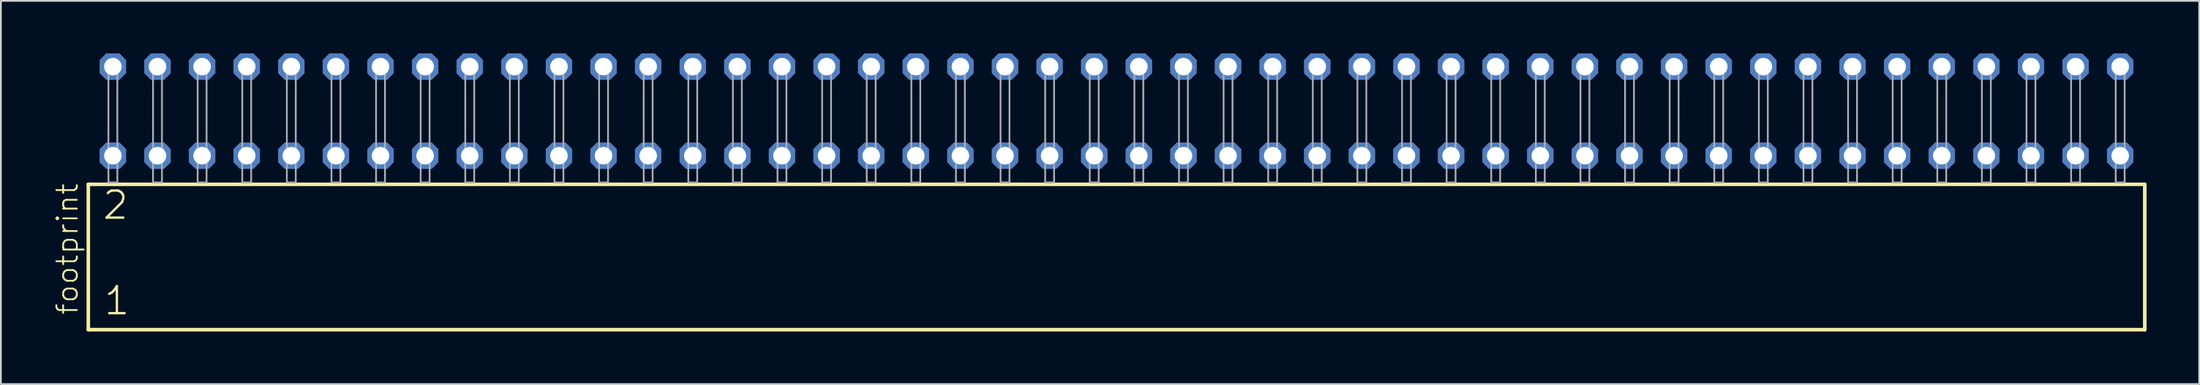
<source format=kicad_pcb>
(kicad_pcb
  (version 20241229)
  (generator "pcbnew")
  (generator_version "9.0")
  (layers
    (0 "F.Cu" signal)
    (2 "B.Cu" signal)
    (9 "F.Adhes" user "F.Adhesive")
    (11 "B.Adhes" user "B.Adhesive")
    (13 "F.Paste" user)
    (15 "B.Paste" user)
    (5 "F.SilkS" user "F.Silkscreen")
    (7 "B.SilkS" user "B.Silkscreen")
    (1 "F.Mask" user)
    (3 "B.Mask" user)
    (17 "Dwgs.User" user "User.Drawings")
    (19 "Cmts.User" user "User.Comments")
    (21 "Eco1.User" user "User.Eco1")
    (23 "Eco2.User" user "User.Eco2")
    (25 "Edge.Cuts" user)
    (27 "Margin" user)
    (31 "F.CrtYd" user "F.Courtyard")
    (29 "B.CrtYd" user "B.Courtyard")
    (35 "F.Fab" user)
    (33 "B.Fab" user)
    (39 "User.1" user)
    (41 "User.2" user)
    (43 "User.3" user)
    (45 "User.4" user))
  (footprint "footprint"
    (layer "F.Cu")
    (at 60.528 7.354)
    (property "Reference" "footprint" (at -59.055 7.62 90) (layer "F.SilkS") (effects (font (size 1.168 1.168) (thickness 0.102)) (justify left bottom)))
    (fp_line (start -58.549 0.106) (end -58.549 8.396) (stroke (width 0.203) (type solid)) (layer "F.SilkS"))
    (fp_line (start -58.549 8.396) (end 58.549 8.396) (stroke (width 0.203) (type solid)) (layer "F.SilkS"))
    (fp_line (start 58.549 0.106) (end -58.549 0.106) (stroke (width 0.203) (type solid)) (layer "F.SilkS"))
    (fp_line (start 58.549 8.396) (end 58.549 0.106) (stroke (width 0.203) (type solid)) (layer "F.SilkS"))
    (fp_poly (pts (xy -57.404 0) (xy -56.896 0) (xy -56.896 -6.858) (xy -57.404 -6.858)) (stroke (width 0.1) (type solid)) (fill no) (layer "F.Fab"))
    (fp_poly (pts (xy -54.864 0) (xy -54.356 0) (xy -54.356 -6.858) (xy -54.864 -6.858)) (stroke (width 0.1) (type solid)) (fill no) (layer "F.Fab"))
    (fp_poly (pts (xy -52.324 0) (xy -51.816 0) (xy -51.816 -6.858) (xy -52.324 -6.858)) (stroke (width 0.1) (type solid)) (fill no) (layer "F.Fab"))
    (fp_poly (pts (xy -49.784 0) (xy -49.276 0) (xy -49.276 -6.858) (xy -49.784 -6.858)) (stroke (width 0.1) (type solid)) (fill no) (layer "F.Fab"))
    (fp_poly (pts (xy -47.244 0) (xy -46.736 0) (xy -46.736 -6.858) (xy -47.244 -6.858)) (stroke (width 0.1) (type solid)) (fill no) (layer "F.Fab"))
    (fp_poly (pts (xy -44.704 0) (xy -44.196 0) (xy -44.196 -6.858) (xy -44.704 -6.858)) (stroke (width 0.1) (type solid)) (fill no) (layer "F.Fab"))
    (fp_poly (pts (xy -42.164 0) (xy -41.656 0) (xy -41.656 -6.858) (xy -42.164 -6.858)) (stroke (width 0.1) (type solid)) (fill no) (layer "F.Fab"))
    (fp_poly (pts (xy -39.624 0) (xy -39.116 0) (xy -39.116 -6.858) (xy -39.624 -6.858)) (stroke (width 0.1) (type solid)) (fill no) (layer "F.Fab"))
    (fp_poly (pts (xy -37.084 0) (xy -36.576 0) (xy -36.576 -6.858) (xy -37.084 -6.858)) (stroke (width 0.1) (type solid)) (fill no) (layer "F.Fab"))
    (fp_poly (pts (xy -34.544 0) (xy -34.036 0) (xy -34.036 -6.858) (xy -34.544 -6.858)) (stroke (width 0.1) (type solid)) (fill no) (layer "F.Fab"))
    (fp_poly (pts (xy -32.004 0) (xy -31.496 0) (xy -31.496 -6.858) (xy -32.004 -6.858)) (stroke (width 0.1) (type solid)) (fill no) (layer "F.Fab"))
    (fp_poly (pts (xy -29.464 0) (xy -28.956 0) (xy -28.956 -6.858) (xy -29.464 -6.858)) (stroke (width 0.1) (type solid)) (fill no) (layer "F.Fab"))
    (fp_poly (pts (xy -26.924 0) (xy -26.416 0) (xy -26.416 -6.858) (xy -26.924 -6.858)) (stroke (width 0.1) (type solid)) (fill no) (layer "F.Fab"))
    (fp_poly (pts (xy -24.384 0) (xy -23.876 0) (xy -23.876 -6.858) (xy -24.384 -6.858)) (stroke (width 0.1) (type solid)) (fill no) (layer "F.Fab"))
    (fp_poly (pts (xy -21.844 0) (xy -21.336 0) (xy -21.336 -6.858) (xy -21.844 -6.858)) (stroke (width 0.1) (type solid)) (fill no) (layer "F.Fab"))
    (fp_poly (pts (xy -19.304 0) (xy -18.796 0) (xy -18.796 -6.858) (xy -19.304 -6.858)) (stroke (width 0.1) (type solid)) (fill no) (layer "F.Fab"))
    (fp_poly (pts (xy -16.764 0) (xy -16.256 0) (xy -16.256 -6.858) (xy -16.764 -6.858)) (stroke (width 0.1) (type solid)) (fill no) (layer "F.Fab"))
    (fp_poly (pts (xy -14.224 0) (xy -13.716 0) (xy -13.716 -6.858) (xy -14.224 -6.858)) (stroke (width 0.1) (type solid)) (fill no) (layer "F.Fab"))
    (fp_poly (pts (xy -11.684 0) (xy -11.176 0) (xy -11.176 -6.858) (xy -11.684 -6.858)) (stroke (width 0.1) (type solid)) (fill no) (layer "F.Fab"))
    (fp_poly (pts (xy -9.144 0) (xy -8.636 0) (xy -8.636 -6.858) (xy -9.144 -6.858)) (stroke (width 0.1) (type solid)) (fill no) (layer "F.Fab"))
    (fp_poly (pts (xy -6.604 0) (xy -6.096 0) (xy -6.096 -6.858) (xy -6.604 -6.858)) (stroke (width 0.1) (type solid)) (fill no) (layer "F.Fab"))
    (fp_poly (pts (xy -4.064 0) (xy -3.556 0) (xy -3.556 -6.858) (xy -4.064 -6.858)) (stroke (width 0.1) (type solid)) (fill no) (layer "F.Fab"))
    (fp_poly (pts (xy -1.524 0) (xy -1.016 0) (xy -1.016 -6.858) (xy -1.524 -6.858)) (stroke (width 0.1) (type solid)) (fill no) (layer "F.Fab"))
    (fp_poly (pts (xy 1.016 0) (xy 1.524 0) (xy 1.524 -6.858) (xy 1.016 -6.858)) (stroke (width 0.1) (type solid)) (fill no) (layer "F.Fab"))
    (fp_poly (pts (xy 3.556 0) (xy 4.064 0) (xy 4.064 -6.858) (xy 3.556 -6.858)) (stroke (width 0.1) (type solid)) (fill no) (layer "F.Fab"))
    (fp_poly (pts (xy 6.096 0) (xy 6.604 0) (xy 6.604 -6.858) (xy 6.096 -6.858)) (stroke (width 0.1) (type solid)) (fill no) (layer "F.Fab"))
    (fp_poly (pts (xy 8.636 0) (xy 9.144 0) (xy 9.144 -6.858) (xy 8.636 -6.858)) (stroke (width 0.1) (type solid)) (fill no) (layer "F.Fab"))
    (fp_poly (pts (xy 11.176 0) (xy 11.684 0) (xy 11.684 -6.858) (xy 11.176 -6.858)) (stroke (width 0.1) (type solid)) (fill no) (layer "F.Fab"))
    (fp_poly (pts (xy 13.716 0) (xy 14.224 0) (xy 14.224 -6.858) (xy 13.716 -6.858)) (stroke (width 0.1) (type solid)) (fill no) (layer "F.Fab"))
    (fp_poly (pts (xy 16.256 0) (xy 16.764 0) (xy 16.764 -6.858) (xy 16.256 -6.858)) (stroke (width 0.1) (type solid)) (fill no) (layer "F.Fab"))
    (fp_poly (pts (xy 18.796 0) (xy 19.304 0) (xy 19.304 -6.858) (xy 18.796 -6.858)) (stroke (width 0.1) (type solid)) (fill no) (layer "F.Fab"))
    (fp_poly (pts (xy 21.336 0) (xy 21.844 0) (xy 21.844 -6.858) (xy 21.336 -6.858)) (stroke (width 0.1) (type solid)) (fill no) (layer "F.Fab"))
    (fp_poly (pts (xy 23.876 0) (xy 24.384 0) (xy 24.384 -6.858) (xy 23.876 -6.858)) (stroke (width 0.1) (type solid)) (fill no) (layer "F.Fab"))
    (fp_poly (pts (xy 26.416 0) (xy 26.924 0) (xy 26.924 -6.858) (xy 26.416 -6.858)) (stroke (width 0.1) (type solid)) (fill no) (layer "F.Fab"))
    (fp_poly (pts (xy 28.956 0) (xy 29.464 0) (xy 29.464 -6.858) (xy 28.956 -6.858)) (stroke (width 0.1) (type solid)) (fill no) (layer "F.Fab"))
    (fp_poly (pts (xy 31.496 0) (xy 32.004 0) (xy 32.004 -6.858) (xy 31.496 -6.858)) (stroke (width 0.1) (type solid)) (fill no) (layer "F.Fab"))
    (fp_poly (pts (xy 34.036 0) (xy 34.544 0) (xy 34.544 -6.858) (xy 34.036 -6.858)) (stroke (width 0.1) (type solid)) (fill no) (layer "F.Fab"))
    (fp_poly (pts (xy 36.576 0) (xy 37.084 0) (xy 37.084 -6.858) (xy 36.576 -6.858)) (stroke (width 0.1) (type solid)) (fill no) (layer "F.Fab"))
    (fp_poly (pts (xy 39.116 0) (xy 39.624 0) (xy 39.624 -6.858) (xy 39.116 -6.858)) (stroke (width 0.1) (type solid)) (fill no) (layer "F.Fab"))
    (fp_poly (pts (xy 41.656 0) (xy 42.164 0) (xy 42.164 -6.858) (xy 41.656 -6.858)) (stroke (width 0.1) (type solid)) (fill no) (layer "F.Fab"))
    (fp_poly (pts (xy 44.196 0) (xy 44.704 0) (xy 44.704 -6.858) (xy 44.196 -6.858)) (stroke (width 0.1) (type solid)) (fill no) (layer "F.Fab"))
    (fp_poly (pts (xy 46.736 0) (xy 47.244 0) (xy 47.244 -6.858) (xy 46.736 -6.858)) (stroke (width 0.1) (type solid)) (fill no) (layer "F.Fab"))
    (fp_poly (pts (xy 49.276 0) (xy 49.784 0) (xy 49.784 -6.858) (xy 49.276 -6.858)) (stroke (width 0.1) (type solid)) (fill no) (layer "F.Fab"))
    (fp_poly (pts (xy 51.816 0) (xy 52.324 0) (xy 52.324 -6.858) (xy 51.816 -6.858)) (stroke (width 0.1) (type solid)) (fill no) (layer "F.Fab"))
    (fp_poly (pts (xy 54.356 0) (xy 54.864 0) (xy 54.864 -6.858) (xy 54.356 -6.858)) (stroke (width 0.1) (type solid)) (fill no) (layer "F.Fab"))
    (fp_poly (pts (xy 56.896 0) (xy 57.404 0) (xy 57.404 -6.858) (xy 56.896 -6.858)) (stroke (width 0.1) (type solid)) (fill no) (layer "F.Fab"))
    (fp_text user "1" (at -57.745 7.65 0) (layer "F.SilkS") (effects (font (size 1.542 1.542) (thickness 0.134)) (justify left bottom)))
    (fp_text user "2" (at -57.82 2.2 0) (layer "F.SilkS") (effects (font (size 1.542 1.542) (thickness 0.134)) (justify left bottom)))
    (pad "1" thru_hole roundrect (at -57.15 -1.524) (size 1.5 1.5) (drill 1) (layers "*.Cu" "*.Mask") (roundrect_rratio 0.25) (chamfer_ratio 0.25) (chamfer top_left top_right bottom_left bottom_right))
    (pad "2" thru_hole roundrect (at -57.15 -6.604) (size 1.5 1.5) (drill 1) (layers "*.Cu" "*.Mask") (roundrect_rratio 0.25) (chamfer_ratio 0.25) (chamfer top_left top_right bottom_left bottom_right))
    (pad "3" thru_hole roundrect (at -54.61 -1.524) (size 1.5 1.5) (drill 1) (layers "*.Cu" "*.Mask") (roundrect_rratio 0.25) (chamfer_ratio 0.25) (chamfer top_left top_right bottom_left bottom_right))
    (pad "4" thru_hole roundrect (at -54.61 -6.604) (size 1.5 1.5) (drill 1) (layers "*.Cu" "*.Mask") (roundrect_rratio 0.25) (chamfer_ratio 0.25) (chamfer top_left top_right bottom_left bottom_right))
    (pad "5" thru_hole roundrect (at -52.07 -1.524) (size 1.5 1.5) (drill 1) (layers "*.Cu" "*.Mask") (roundrect_rratio 0.25) (chamfer_ratio 0.25) (chamfer top_left top_right bottom_left bottom_right))
    (pad "6" thru_hole roundrect (at -52.07 -6.604) (size 1.5 1.5) (drill 1) (layers "*.Cu" "*.Mask") (roundrect_rratio 0.25) (chamfer_ratio 0.25) (chamfer top_left top_right bottom_left bottom_right))
    (pad "7" thru_hole roundrect (at -49.53 -1.524) (size 1.5 1.5) (drill 1) (layers "*.Cu" "*.Mask") (roundrect_rratio 0.25) (chamfer_ratio 0.25) (chamfer top_left top_right bottom_left bottom_right))
    (pad "8" thru_hole roundrect (at -49.53 -6.604) (size 1.5 1.5) (drill 1) (layers "*.Cu" "*.Mask") (roundrect_rratio 0.25) (chamfer_ratio 0.25) (chamfer top_left top_right bottom_left bottom_right))
    (pad "9" thru_hole roundrect (at -46.99 -1.524) (size 1.5 1.5) (drill 1) (layers "*.Cu" "*.Mask") (roundrect_rratio 0.25) (chamfer_ratio 0.25) (chamfer top_left top_right bottom_left bottom_right))
    (pad "10" thru_hole roundrect (at -46.99 -6.604) (size 1.5 1.5) (drill 1) (layers "*.Cu" "*.Mask") (roundrect_rratio 0.25) (chamfer_ratio 0.25) (chamfer top_left top_right bottom_left bottom_right))
    (pad "11" thru_hole roundrect (at -44.45 -1.524) (size 1.5 1.5) (drill 1) (layers "*.Cu" "*.Mask") (roundrect_rratio 0.25) (chamfer_ratio 0.25) (chamfer top_left top_right bottom_left bottom_right))
    (pad "12" thru_hole roundrect (at -44.45 -6.604) (size 1.5 1.5) (drill 1) (layers "*.Cu" "*.Mask") (roundrect_rratio 0.25) (chamfer_ratio 0.25) (chamfer top_left top_right bottom_left bottom_right))
    (pad "13" thru_hole roundrect (at -41.91 -1.524) (size 1.5 1.5) (drill 1) (layers "*.Cu" "*.Mask") (roundrect_rratio 0.25) (chamfer_ratio 0.25) (chamfer top_left top_right bottom_left bottom_right))
    (pad "14" thru_hole roundrect (at -41.91 -6.604) (size 1.5 1.5) (drill 1) (layers "*.Cu" "*.Mask") (roundrect_rratio 0.25) (chamfer_ratio 0.25) (chamfer top_left top_right bottom_left bottom_right))
    (pad "15" thru_hole roundrect (at -39.37 -1.524) (size 1.5 1.5) (drill 1) (layers "*.Cu" "*.Mask") (roundrect_rratio 0.25) (chamfer_ratio 0.25) (chamfer top_left top_right bottom_left bottom_right))
    (pad "16" thru_hole roundrect (at -39.37 -6.604) (size 1.5 1.5) (drill 1) (layers "*.Cu" "*.Mask") (roundrect_rratio 0.25) (chamfer_ratio 0.25) (chamfer top_left top_right bottom_left bottom_right))
    (pad "17" thru_hole roundrect (at -36.83 -1.524) (size 1.5 1.5) (drill 1) (layers "*.Cu" "*.Mask") (roundrect_rratio 0.25) (chamfer_ratio 0.25) (chamfer top_left top_right bottom_left bottom_right))
    (pad "18" thru_hole roundrect (at -36.83 -6.604) (size 1.5 1.5) (drill 1) (layers "*.Cu" "*.Mask") (roundrect_rratio 0.25) (chamfer_ratio 0.25) (chamfer top_left top_right bottom_left bottom_right))
    (pad "19" thru_hole roundrect (at -34.29 -1.524) (size 1.5 1.5) (drill 1) (layers "*.Cu" "*.Mask") (roundrect_rratio 0.25) (chamfer_ratio 0.25) (chamfer top_left top_right bottom_left bottom_right))
    (pad "20" thru_hole roundrect (at -34.29 -6.604) (size 1.5 1.5) (drill 1) (layers "*.Cu" "*.Mask") (roundrect_rratio 0.25) (chamfer_ratio 0.25) (chamfer top_left top_right bottom_left bottom_right))
    (pad "21" thru_hole roundrect (at -31.75 -1.524) (size 1.5 1.5) (drill 1) (layers "*.Cu" "*.Mask") (roundrect_rratio 0.25) (chamfer_ratio 0.25) (chamfer top_left top_right bottom_left bottom_right))
    (pad "22" thru_hole roundrect (at -31.75 -6.604) (size 1.5 1.5) (drill 1) (layers "*.Cu" "*.Mask") (roundrect_rratio 0.25) (chamfer_ratio 0.25) (chamfer top_left top_right bottom_left bottom_right))
    (pad "23" thru_hole roundrect (at -29.21 -1.524) (size 1.5 1.5) (drill 1) (layers "*.Cu" "*.Mask") (roundrect_rratio 0.25) (chamfer_ratio 0.25) (chamfer top_left top_right bottom_left bottom_right))
    (pad "24" thru_hole roundrect (at -29.21 -6.604) (size 1.5 1.5) (drill 1) (layers "*.Cu" "*.Mask") (roundrect_rratio 0.25) (chamfer_ratio 0.25) (chamfer top_left top_right bottom_left bottom_right))
    (pad "25" thru_hole roundrect (at -26.67 -1.524) (size 1.5 1.5) (drill 1) (layers "*.Cu" "*.Mask") (roundrect_rratio 0.25) (chamfer_ratio 0.25) (chamfer top_left top_right bottom_left bottom_right))
    (pad "26" thru_hole roundrect (at -26.67 -6.604) (size 1.5 1.5) (drill 1) (layers "*.Cu" "*.Mask") (roundrect_rratio 0.25) (chamfer_ratio 0.25) (chamfer top_left top_right bottom_left bottom_right))
    (pad "27" thru_hole roundrect (at -24.13 -1.524) (size 1.5 1.5) (drill 1) (layers "*.Cu" "*.Mask") (roundrect_rratio 0.25) (chamfer_ratio 0.25) (chamfer top_left top_right bottom_left bottom_right))
    (pad "28" thru_hole roundrect (at -24.13 -6.604) (size 1.5 1.5) (drill 1) (layers "*.Cu" "*.Mask") (roundrect_rratio 0.25) (chamfer_ratio 0.25) (chamfer top_left top_right bottom_left bottom_right))
    (pad "29" thru_hole roundrect (at -21.59 -1.524) (size 1.5 1.5) (drill 1) (layers "*.Cu" "*.Mask") (roundrect_rratio 0.25) (chamfer_ratio 0.25) (chamfer top_left top_right bottom_left bottom_right))
    (pad "30" thru_hole roundrect (at -21.59 -6.604) (size 1.5 1.5) (drill 1) (layers "*.Cu" "*.Mask") (roundrect_rratio 0.25) (chamfer_ratio 0.25) (chamfer top_left top_right bottom_left bottom_right))
    (pad "31" thru_hole roundrect (at -19.05 -1.524) (size 1.5 1.5) (drill 1) (layers "*.Cu" "*.Mask") (roundrect_rratio 0.25) (chamfer_ratio 0.25) (chamfer top_left top_right bottom_left bottom_right))
    (pad "32" thru_hole roundrect (at -19.05 -6.604) (size 1.5 1.5) (drill 1) (layers "*.Cu" "*.Mask") (roundrect_rratio 0.25) (chamfer_ratio 0.25) (chamfer top_left top_right bottom_left bottom_right))
    (pad "33" thru_hole roundrect (at -16.51 -1.524) (size 1.5 1.5) (drill 1) (layers "*.Cu" "*.Mask") (roundrect_rratio 0.25) (chamfer_ratio 0.25) (chamfer top_left top_right bottom_left bottom_right))
    (pad "34" thru_hole roundrect (at -16.51 -6.604) (size 1.5 1.5) (drill 1) (layers "*.Cu" "*.Mask") (roundrect_rratio 0.25) (chamfer_ratio 0.25) (chamfer top_left top_right bottom_left bottom_right))
    (pad "35" thru_hole roundrect (at -13.97 -1.524) (size 1.5 1.5) (drill 1) (layers "*.Cu" "*.Mask") (roundrect_rratio 0.25) (chamfer_ratio 0.25) (chamfer top_left top_right bottom_left bottom_right))
    (pad "36" thru_hole roundrect (at -13.97 -6.604) (size 1.5 1.5) (drill 1) (layers "*.Cu" "*.Mask") (roundrect_rratio 0.25) (chamfer_ratio 0.25) (chamfer top_left top_right bottom_left bottom_right))
    (pad "37" thru_hole roundrect (at -11.43 -1.524) (size 1.5 1.5) (drill 1) (layers "*.Cu" "*.Mask") (roundrect_rratio 0.25) (chamfer_ratio 0.25) (chamfer top_left top_right bottom_left bottom_right))
    (pad "38" thru_hole roundrect (at -11.43 -6.604) (size 1.5 1.5) (drill 1) (layers "*.Cu" "*.Mask") (roundrect_rratio 0.25) (chamfer_ratio 0.25) (chamfer top_left top_right bottom_left bottom_right))
    (pad "39" thru_hole roundrect (at -8.89 -1.524) (size 1.5 1.5) (drill 1) (layers "*.Cu" "*.Mask") (roundrect_rratio 0.25) (chamfer_ratio 0.25) (chamfer top_left top_right bottom_left bottom_right))
    (pad "40" thru_hole roundrect (at -8.89 -6.604) (size 1.5 1.5) (drill 1) (layers "*.Cu" "*.Mask") (roundrect_rratio 0.25) (chamfer_ratio 0.25) (chamfer top_left top_right bottom_left bottom_right))
    (pad "41" thru_hole roundrect (at -6.35 -1.524) (size 1.5 1.5) (drill 1) (layers "*.Cu" "*.Mask") (roundrect_rratio 0.25) (chamfer_ratio 0.25) (chamfer top_left top_right bottom_left bottom_right))
    (pad "42" thru_hole roundrect (at -6.35 -6.604) (size 1.5 1.5) (drill 1) (layers "*.Cu" "*.Mask") (roundrect_rratio 0.25) (chamfer_ratio 0.25) (chamfer top_left top_right bottom_left bottom_right))
    (pad "43" thru_hole roundrect (at -3.81 -1.524) (size 1.5 1.5) (drill 1) (layers "*.Cu" "*.Mask") (roundrect_rratio 0.25) (chamfer_ratio 0.25) (chamfer top_left top_right bottom_left bottom_right))
    (pad "44" thru_hole roundrect (at -3.81 -6.604) (size 1.5 1.5) (drill 1) (layers "*.Cu" "*.Mask") (roundrect_rratio 0.25) (chamfer_ratio 0.25) (chamfer top_left top_right bottom_left bottom_right))
    (pad "45" thru_hole roundrect (at -1.27 -1.524) (size 1.5 1.5) (drill 1) (layers "*.Cu" "*.Mask") (roundrect_rratio 0.25) (chamfer_ratio 0.25) (chamfer top_left top_right bottom_left bottom_right))
    (pad "46" thru_hole roundrect (at -1.27 -6.604) (size 1.5 1.5) (drill 1) (layers "*.Cu" "*.Mask") (roundrect_rratio 0.25) (chamfer_ratio 0.25) (chamfer top_left top_right bottom_left bottom_right))
    (pad "47" thru_hole roundrect (at 1.27 -1.524) (size 1.5 1.5) (drill 1) (layers "*.Cu" "*.Mask") (roundrect_rratio 0.25) (chamfer_ratio 0.25) (chamfer top_left top_right bottom_left bottom_right))
    (pad "48" thru_hole roundrect (at 1.27 -6.604) (size 1.5 1.5) (drill 1) (layers "*.Cu" "*.Mask") (roundrect_rratio 0.25) (chamfer_ratio 0.25) (chamfer top_left top_right bottom_left bottom_right))
    (pad "49" thru_hole roundrect (at 3.81 -1.524) (size 1.5 1.5) (drill 1) (layers "*.Cu" "*.Mask") (roundrect_rratio 0.25) (chamfer_ratio 0.25) (chamfer top_left top_right bottom_left bottom_right))
    (pad "50" thru_hole roundrect (at 3.81 -6.604) (size 1.5 1.5) (drill 1) (layers "*.Cu" "*.Mask") (roundrect_rratio 0.25) (chamfer_ratio 0.25) (chamfer top_left top_right bottom_left bottom_right))
    (pad "51" thru_hole roundrect (at 6.35 -1.524) (size 1.5 1.5) (drill 1) (layers "*.Cu" "*.Mask") (roundrect_rratio 0.25) (chamfer_ratio 0.25) (chamfer top_left top_right bottom_left bottom_right))
    (pad "52" thru_hole roundrect (at 6.35 -6.604) (size 1.5 1.5) (drill 1) (layers "*.Cu" "*.Mask") (roundrect_rratio 0.25) (chamfer_ratio 0.25) (chamfer top_left top_right bottom_left bottom_right))
    (pad "53" thru_hole roundrect (at 8.89 -1.524) (size 1.5 1.5) (drill 1) (layers "*.Cu" "*.Mask") (roundrect_rratio 0.25) (chamfer_ratio 0.25) (chamfer top_left top_right bottom_left bottom_right))
    (pad "54" thru_hole roundrect (at 8.89 -6.604) (size 1.5 1.5) (drill 1) (layers "*.Cu" "*.Mask") (roundrect_rratio 0.25) (chamfer_ratio 0.25) (chamfer top_left top_right bottom_left bottom_right))
    (pad "55" thru_hole roundrect (at 11.43 -1.524) (size 1.5 1.5) (drill 1) (layers "*.Cu" "*.Mask") (roundrect_rratio 0.25) (chamfer_ratio 0.25) (chamfer top_left top_right bottom_left bottom_right))
    (pad "56" thru_hole roundrect (at 11.43 -6.604) (size 1.5 1.5) (drill 1) (layers "*.Cu" "*.Mask") (roundrect_rratio 0.25) (chamfer_ratio 0.25) (chamfer top_left top_right bottom_left bottom_right))
    (pad "57" thru_hole roundrect (at 13.97 -1.524) (size 1.5 1.5) (drill 1) (layers "*.Cu" "*.Mask") (roundrect_rratio 0.25) (chamfer_ratio 0.25) (chamfer top_left top_right bottom_left bottom_right))
    (pad "58" thru_hole roundrect (at 13.97 -6.604) (size 1.5 1.5) (drill 1) (layers "*.Cu" "*.Mask") (roundrect_rratio 0.25) (chamfer_ratio 0.25) (chamfer top_left top_right bottom_left bottom_right))
    (pad "59" thru_hole roundrect (at 16.51 -1.524) (size 1.5 1.5) (drill 1) (layers "*.Cu" "*.Mask") (roundrect_rratio 0.25) (chamfer_ratio 0.25) (chamfer top_left top_right bottom_left bottom_right))
    (pad "60" thru_hole roundrect (at 16.51 -6.604) (size 1.5 1.5) (drill 1) (layers "*.Cu" "*.Mask") (roundrect_rratio 0.25) (chamfer_ratio 0.25) (chamfer top_left top_right bottom_left bottom_right))
    (pad "61" thru_hole roundrect (at 19.05 -1.524) (size 1.5 1.5) (drill 1) (layers "*.Cu" "*.Mask") (roundrect_rratio 0.25) (chamfer_ratio 0.25) (chamfer top_left top_right bottom_left bottom_right))
    (pad "62" thru_hole roundrect (at 19.05 -6.604) (size 1.5 1.5) (drill 1) (layers "*.Cu" "*.Mask") (roundrect_rratio 0.25) (chamfer_ratio 0.25) (chamfer top_left top_right bottom_left bottom_right))
    (pad "63" thru_hole roundrect (at 21.59 -1.524) (size 1.5 1.5) (drill 1) (layers "*.Cu" "*.Mask") (roundrect_rratio 0.25) (chamfer_ratio 0.25) (chamfer top_left top_right bottom_left bottom_right))
    (pad "64" thru_hole roundrect (at 21.59 -6.604) (size 1.5 1.5) (drill 1) (layers "*.Cu" "*.Mask") (roundrect_rratio 0.25) (chamfer_ratio 0.25) (chamfer top_left top_right bottom_left bottom_right))
    (pad "65" thru_hole roundrect (at 24.13 -1.524) (size 1.5 1.5) (drill 1) (layers "*.Cu" "*.Mask") (roundrect_rratio 0.25) (chamfer_ratio 0.25) (chamfer top_left top_right bottom_left bottom_right))
    (pad "66" thru_hole roundrect (at 24.13 -6.604) (size 1.5 1.5) (drill 1) (layers "*.Cu" "*.Mask") (roundrect_rratio 0.25) (chamfer_ratio 0.25) (chamfer top_left top_right bottom_left bottom_right))
    (pad "67" thru_hole roundrect (at 26.67 -1.524) (size 1.5 1.5) (drill 1) (layers "*.Cu" "*.Mask") (roundrect_rratio 0.25) (chamfer_ratio 0.25) (chamfer top_left top_right bottom_left bottom_right))
    (pad "68" thru_hole roundrect (at 26.67 -6.604) (size 1.5 1.5) (drill 1) (layers "*.Cu" "*.Mask") (roundrect_rratio 0.25) (chamfer_ratio 0.25) (chamfer top_left top_right bottom_left bottom_right))
    (pad "69" thru_hole roundrect (at 29.21 -1.524) (size 1.5 1.5) (drill 1) (layers "*.Cu" "*.Mask") (roundrect_rratio 0.25) (chamfer_ratio 0.25) (chamfer top_left top_right bottom_left bottom_right))
    (pad "70" thru_hole roundrect (at 29.21 -6.604) (size 1.5 1.5) (drill 1) (layers "*.Cu" "*.Mask") (roundrect_rratio 0.25) (chamfer_ratio 0.25) (chamfer top_left top_right bottom_left bottom_right))
    (pad "71" thru_hole roundrect (at 31.75 -1.524) (size 1.5 1.5) (drill 1) (layers "*.Cu" "*.Mask") (roundrect_rratio 0.25) (chamfer_ratio 0.25) (chamfer top_left top_right bottom_left bottom_right))
    (pad "72" thru_hole roundrect (at 31.75 -6.604) (size 1.5 1.5) (drill 1) (layers "*.Cu" "*.Mask") (roundrect_rratio 0.25) (chamfer_ratio 0.25) (chamfer top_left top_right bottom_left bottom_right))
    (pad "73" thru_hole roundrect (at 34.29 -1.524) (size 1.5 1.5) (drill 1) (layers "*.Cu" "*.Mask") (roundrect_rratio 0.25) (chamfer_ratio 0.25) (chamfer top_left top_right bottom_left bottom_right))
    (pad "74" thru_hole roundrect (at 34.29 -6.604) (size 1.5 1.5) (drill 1) (layers "*.Cu" "*.Mask") (roundrect_rratio 0.25) (chamfer_ratio 0.25) (chamfer top_left top_right bottom_left bottom_right))
    (pad "75" thru_hole roundrect (at 36.83 -1.524) (size 1.5 1.5) (drill 1) (layers "*.Cu" "*.Mask") (roundrect_rratio 0.25) (chamfer_ratio 0.25) (chamfer top_left top_right bottom_left bottom_right))
    (pad "76" thru_hole roundrect (at 36.83 -6.604) (size 1.5 1.5) (drill 1) (layers "*.Cu" "*.Mask") (roundrect_rratio 0.25) (chamfer_ratio 0.25) (chamfer top_left top_right bottom_left bottom_right))
    (pad "77" thru_hole roundrect (at 39.37 -1.524) (size 1.5 1.5) (drill 1) (layers "*.Cu" "*.Mask") (roundrect_rratio 0.25) (chamfer_ratio 0.25) (chamfer top_left top_right bottom_left bottom_right))
    (pad "78" thru_hole roundrect (at 39.37 -6.604) (size 1.5 1.5) (drill 1) (layers "*.Cu" "*.Mask") (roundrect_rratio 0.25) (chamfer_ratio 0.25) (chamfer top_left top_right bottom_left bottom_right))
    (pad "79" thru_hole roundrect (at 41.91 -1.524) (size 1.5 1.5) (drill 1) (layers "*.Cu" "*.Mask") (roundrect_rratio 0.25) (chamfer_ratio 0.25) (chamfer top_left top_right bottom_left bottom_right))
    (pad "80" thru_hole roundrect (at 41.91 -6.604) (size 1.5 1.5) (drill 1) (layers "*.Cu" "*.Mask") (roundrect_rratio 0.25) (chamfer_ratio 0.25) (chamfer top_left top_right bottom_left bottom_right))
    (pad "81" thru_hole roundrect (at 44.45 -1.524) (size 1.5 1.5) (drill 1) (layers "*.Cu" "*.Mask") (roundrect_rratio 0.25) (chamfer_ratio 0.25) (chamfer top_left top_right bottom_left bottom_right))
    (pad "82" thru_hole roundrect (at 44.45 -6.604) (size 1.5 1.5) (drill 1) (layers "*.Cu" "*.Mask") (roundrect_rratio 0.25) (chamfer_ratio 0.25) (chamfer top_left top_right bottom_left bottom_right))
    (pad "83" thru_hole roundrect (at 46.99 -1.524) (size 1.5 1.5) (drill 1) (layers "*.Cu" "*.Mask") (roundrect_rratio 0.25) (chamfer_ratio 0.25) (chamfer top_left top_right bottom_left bottom_right))
    (pad "84" thru_hole roundrect (at 46.99 -6.604) (size 1.5 1.5) (drill 1) (layers "*.Cu" "*.Mask") (roundrect_rratio 0.25) (chamfer_ratio 0.25) (chamfer top_left top_right bottom_left bottom_right))
    (pad "85" thru_hole roundrect (at 49.53 -1.524) (size 1.5 1.5) (drill 1) (layers "*.Cu" "*.Mask") (roundrect_rratio 0.25) (chamfer_ratio 0.25) (chamfer top_left top_right bottom_left bottom_right))
    (pad "86" thru_hole roundrect (at 49.53 -6.604) (size 1.5 1.5) (drill 1) (layers "*.Cu" "*.Mask") (roundrect_rratio 0.25) (chamfer_ratio 0.25) (chamfer top_left top_right bottom_left bottom_right))
    (pad "87" thru_hole roundrect (at 52.07 -1.524) (size 1.5 1.5) (drill 1) (layers "*.Cu" "*.Mask") (roundrect_rratio 0.25) (chamfer_ratio 0.25) (chamfer top_left top_right bottom_left bottom_right))
    (pad "88" thru_hole roundrect (at 52.07 -6.604) (size 1.5 1.5) (drill 1) (layers "*.Cu" "*.Mask") (roundrect_rratio 0.25) (chamfer_ratio 0.25) (chamfer top_left top_right bottom_left bottom_right))
    (pad "89" thru_hole roundrect (at 54.61 -1.524) (size 1.5 1.5) (drill 1) (layers "*.Cu" "*.Mask") (roundrect_rratio 0.25) (chamfer_ratio 0.25) (chamfer top_left top_right bottom_left bottom_right))
    (pad "90" thru_hole roundrect (at 54.61 -6.604) (size 1.5 1.5) (drill 1) (layers "*.Cu" "*.Mask") (roundrect_rratio 0.25) (chamfer_ratio 0.25) (chamfer top_left top_right bottom_left bottom_right))
    (pad "91" thru_hole roundrect (at 57.15 -1.524) (size 1.5 1.5) (drill 1) (layers "*.Cu" "*.Mask") (roundrect_rratio 0.25) (chamfer_ratio 0.25) (chamfer top_left top_right bottom_left bottom_right))
    (pad "92" thru_hole roundrect (at 57.15 -6.604) (size 1.5 1.5) (drill 1) (layers "*.Cu" "*.Mask") (roundrect_rratio 0.25) (chamfer_ratio 0.25) (chamfer top_left top_right bottom_left bottom_right)))
  (gr_rect
    (start -3 -3)
    (end 122.179 18.852)
    (stroke (width 0.1) (type default))
    (fill no)
    (layer "Edge.Cuts")))
</source>
